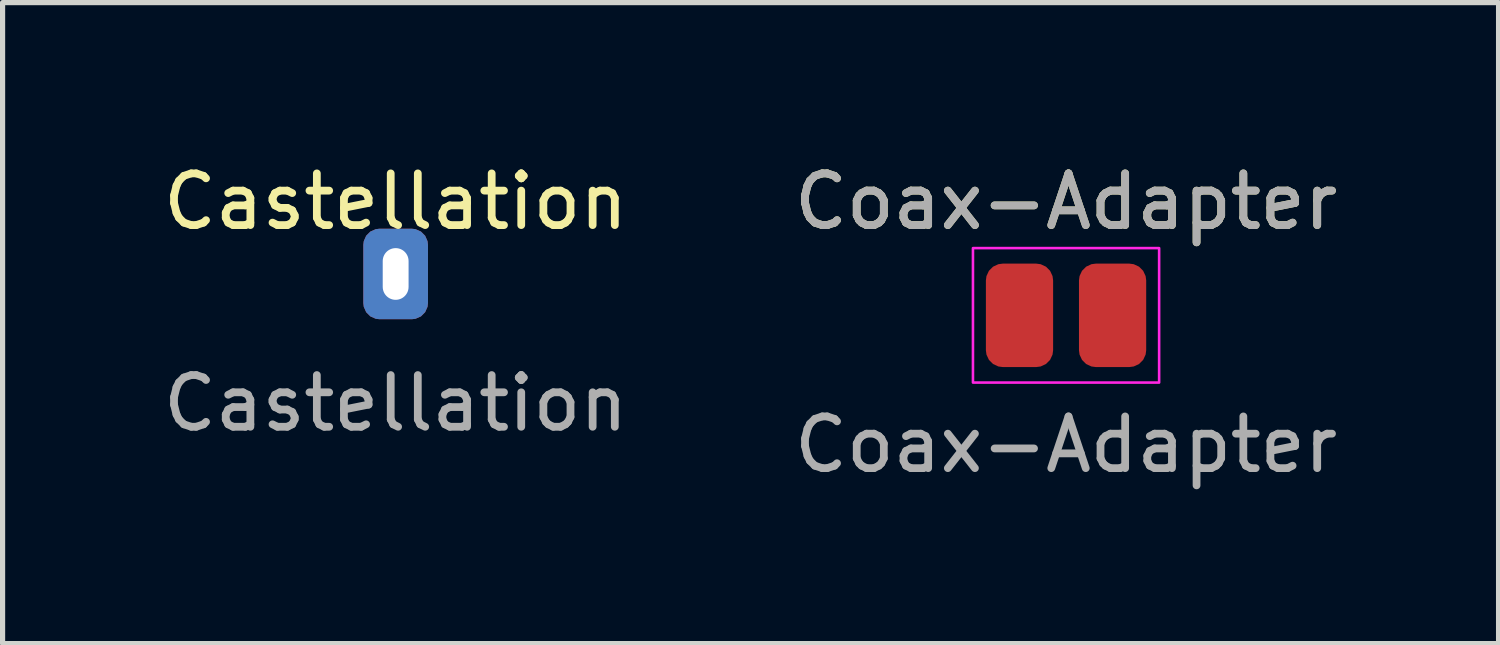
<source format=kicad_pcb>
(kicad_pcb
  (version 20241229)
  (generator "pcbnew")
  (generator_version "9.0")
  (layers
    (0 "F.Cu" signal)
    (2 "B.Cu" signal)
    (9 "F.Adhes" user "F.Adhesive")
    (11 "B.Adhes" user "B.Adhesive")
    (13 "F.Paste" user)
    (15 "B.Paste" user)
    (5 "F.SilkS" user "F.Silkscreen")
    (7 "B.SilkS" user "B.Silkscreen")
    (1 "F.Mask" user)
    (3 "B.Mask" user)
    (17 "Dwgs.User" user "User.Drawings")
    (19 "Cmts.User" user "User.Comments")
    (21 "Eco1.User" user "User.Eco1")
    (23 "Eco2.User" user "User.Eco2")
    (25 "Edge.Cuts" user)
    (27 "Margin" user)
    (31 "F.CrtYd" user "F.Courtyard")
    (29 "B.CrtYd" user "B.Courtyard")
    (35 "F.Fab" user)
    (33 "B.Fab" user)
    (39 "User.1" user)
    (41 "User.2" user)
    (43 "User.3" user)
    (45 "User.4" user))
  (footprint "Castellation"
    (layer "F.Cu")
    (at 4.601 2.248)
    (property "Reference" "Castellation" (at 0 -1.4 0) (unlocked yes) (layer "F.SilkS") (effects (font (size 1 1) (thickness 0.15))))
    (attr through_hole)
    (fp_text user "${REFERENCE}" (at 0 2.5 0) (unlocked yes) (layer "F.Fab") (effects (font (size 1 1) (thickness 0.15))))
    (pad "1" thru_hole roundrect (at 0 0) (size 1.25 1.75) (drill oval 0.5 1) (layers "*.Cu" "*.Mask") (roundrect_rratio 0.25)))
  (footprint "Coax-Adapter"
    (layer "F.Cu")
    (at 17.565 3.048)
    (property "Reference" "Coax-Adapter" (at 0 -2.2 0) (unlocked yes) (layer "F.SilkS") (effects (font (size 1 1) (thickness 0.15))))
    (attr smd)
    (fp_rect (start -1.8 1.3) (end 1.8 -1.3) (stroke (width 0.05) (type solid)) (fill no) (layer "F.CrtYd"))
    (fp_text user "${REFERENCE}" (at 0 2.5 0) (unlocked yes) (layer "F.Fab") (effects (font (size 1 1) (thickness 0.15))))
    (fp_text user "${REFERENCE}" (at 0 -2.2 0) (unlocked yes) (layer "F.Fab") (effects (font (size 1 1) (thickness 0.15))))
    (pad "1" smd roundrect (at 0.9 0 180) (size 1.3 2) (layers "F.Cu" "F.Mask") (roundrect_rratio 0.25))
    (pad "2" smd roundrect (at -0.9 0 180) (size 1.3 2) (layers "F.Cu" "F.Mask") (roundrect_rratio 0.25)))
  (gr_rect
    (start -3 -3)
    (end 25.929 9.396)
    (stroke (width 0.1) (type default))
    (fill no)
    (layer "Edge.Cuts")))
</source>
